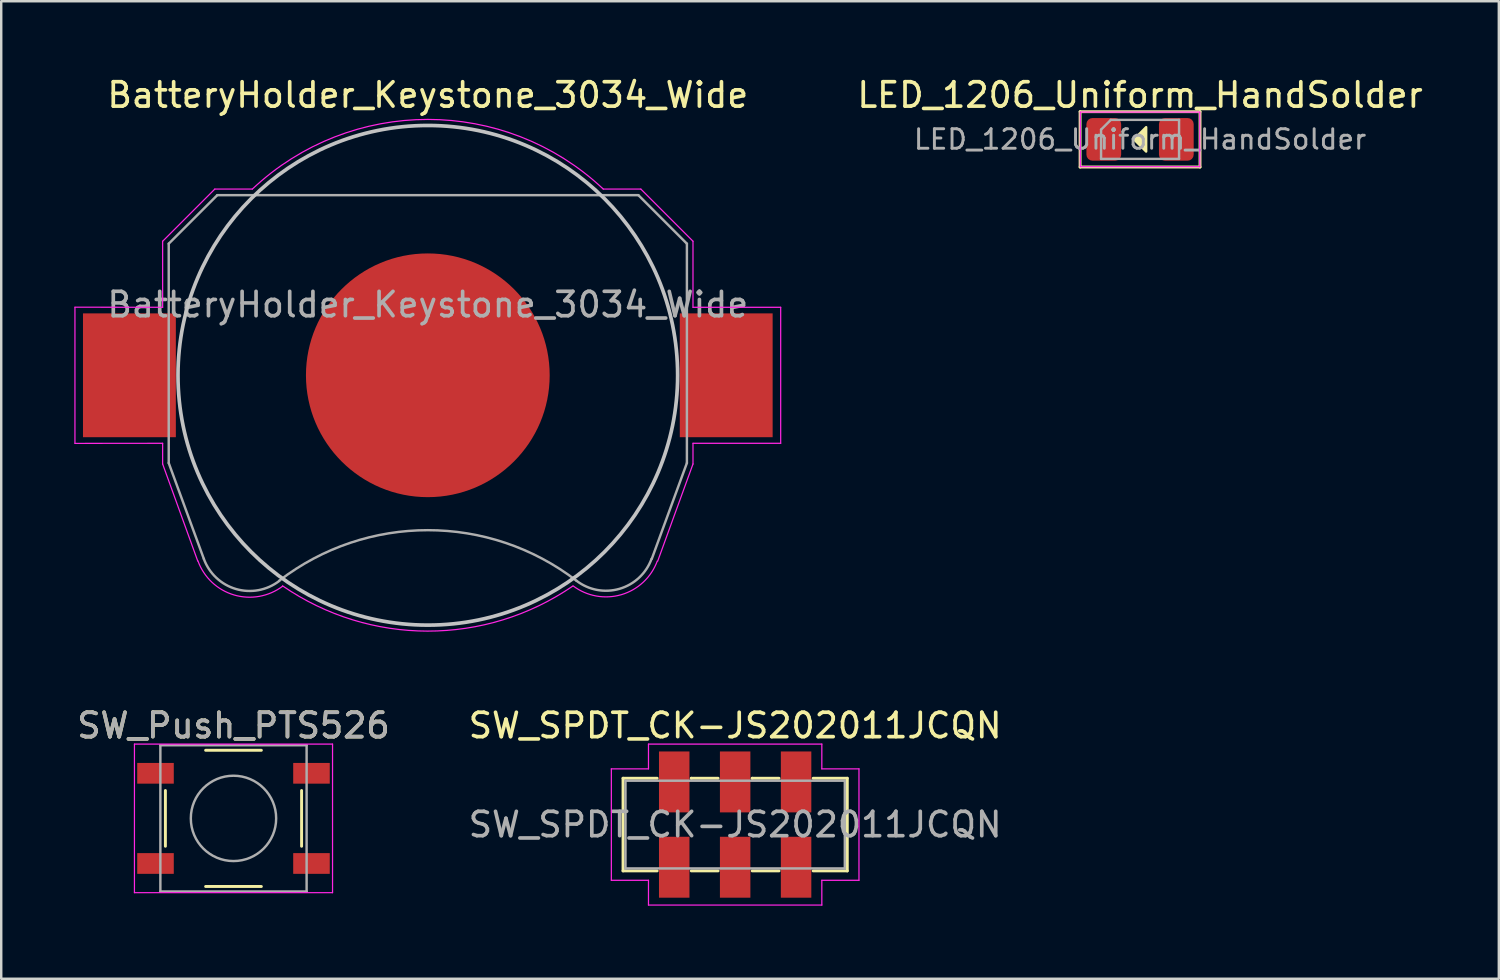
<source format=kicad_pcb>
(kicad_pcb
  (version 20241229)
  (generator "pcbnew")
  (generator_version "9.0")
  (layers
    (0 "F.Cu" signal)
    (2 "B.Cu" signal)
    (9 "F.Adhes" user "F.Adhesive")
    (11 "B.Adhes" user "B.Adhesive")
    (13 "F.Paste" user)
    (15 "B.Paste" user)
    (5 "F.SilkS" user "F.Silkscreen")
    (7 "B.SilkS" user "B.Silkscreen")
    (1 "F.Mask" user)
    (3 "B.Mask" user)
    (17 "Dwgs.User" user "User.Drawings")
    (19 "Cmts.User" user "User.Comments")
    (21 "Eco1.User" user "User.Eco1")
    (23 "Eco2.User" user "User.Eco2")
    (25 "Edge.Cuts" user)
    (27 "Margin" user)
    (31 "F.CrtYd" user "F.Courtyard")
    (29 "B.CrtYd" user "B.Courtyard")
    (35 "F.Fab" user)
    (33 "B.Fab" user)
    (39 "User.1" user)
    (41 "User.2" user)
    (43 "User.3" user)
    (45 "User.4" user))
  (footprint "LED_1206_Uniform_HandSolder"
    (layer "F.Cu")
    (at 43.726 2.668)
    (property "Reference" "LED_1206_Uniform_HandSolder" (at 0 -1.82 0) (layer "F.SilkS") (effects (font (size 1 1) (thickness 0.15))))
    (attr smd)
    (fp_line (start -2.46 -1.135) (end -2.46 1.135) (stroke (width 0.12) (type solid)) (layer "F.SilkS"))
    (fp_line (start -2.46 1.135) (end 2.46 1.135) (stroke (width 0.12) (type solid)) (layer "F.SilkS"))
    (fp_line (start 2.46 -1.135) (end -2.46 -1.135) (stroke (width 0.12) (type solid)) (layer "F.SilkS"))
    (fp_line (start 2.46 -1.135) (end 2.46 1.135) (stroke (width 0.12) (type solid)) (layer "F.SilkS"))
    (fp_poly (pts (xy -0.25 0) (xy 0.25 -0.5) (xy 0.25 0.5)) (stroke (width 0.1) (type solid)) (fill yes) (layer "F.SilkS"))
    (fp_line (start -2.45 -1.12) (end 2.45 -1.12) (stroke (width 0.05) (type solid)) (layer "F.CrtYd"))
    (fp_line (start -2.45 1.12) (end -2.45 -1.12) (stroke (width 0.05) (type solid)) (layer "F.CrtYd"))
    (fp_line (start 2.45 -1.12) (end 2.45 1.12) (stroke (width 0.05) (type solid)) (layer "F.CrtYd"))
    (fp_line (start 2.45 1.12) (end -2.45 1.12) (stroke (width 0.05) (type solid)) (layer "F.CrtYd"))
    (fp_line (start -1.6 -0.4) (end -1.6 0.8) (stroke (width 0.1) (type solid)) (layer "F.Fab"))
    (fp_line (start -1.6 0.8) (end 1.6 0.8) (stroke (width 0.1) (type solid)) (layer "F.Fab"))
    (fp_line (start -1.2 -0.8) (end -1.6 -0.4) (stroke (width 0.1) (type solid)) (layer "F.Fab"))
    (fp_line (start 1.6 -0.8) (end -1.2 -0.8) (stroke (width 0.1) (type solid)) (layer "F.Fab"))
    (fp_line (start 1.6 0.8) (end 1.6 -0.8) (stroke (width 0.1) (type solid)) (layer "F.Fab"))
    (fp_text user "${REFERENCE}" (at 0 0 0) (layer "F.Fab") (effects (font (size 0.8 0.8) (thickness 0.12))))
    (pad "1" smd roundrect (at -1.488 0) (size 1.425 1.75) (layers "F.Cu" "F.Mask" "F.Paste") (roundrect_rratio 0.175))
    (pad "2" smd roundrect (at 1.488 0) (size 1.425 1.75) (layers "F.Cu" "F.Mask" "F.Paste") (roundrect_rratio 0.175)))
  (footprint "BatteryHolder_Keystone_3034_Wide"
    (layer "F.Cu")
    (at 14.503 12.348)
    (property "Reference" "BatteryHolder_Keystone_3034_Wide" (at 0 -11.5 0) (layer "F.SilkS") (effects (font (size 1 1) (thickness 0.15))))
    (attr smd)
    (fp_circle (center 0 0) (end 0 10.25) (stroke (width 0.15) (type solid)) (fill no) (layer "Dwgs.User"))
    (fp_line (start -14.478 -2.79) (end -14.478 2.79) (stroke (width 0.05) (type solid)) (layer "F.CrtYd"))
    (fp_line (start -14.478 2.794) (end -10.88 2.79) (stroke (width 0.05) (type solid)) (layer "F.CrtYd"))
    (fp_line (start -10.88 -5.5) (end -10.88 -2.79) (stroke (width 0.05) (type solid)) (layer "F.CrtYd"))
    (fp_line (start -10.88 -2.79) (end -14.478 -2.794) (stroke (width 0.05) (type solid)) (layer "F.CrtYd"))
    (fp_line (start -10.88 2.79) (end -10.88 3.64) (stroke (width 0.05) (type solid)) (layer "F.CrtYd"))
    (fp_line (start -10.88 3.64) (end -9.44 7.62) (stroke (width 0.05) (type solid)) (layer "F.CrtYd"))
    (fp_line (start -8.74 -7.64) (end -10.88 -5.5) (stroke (width 0.05) (type solid)) (layer "F.CrtYd"))
    (fp_line (start -7.2 -7.64) (end -8.74 -7.64) (stroke (width 0.05) (type solid)) (layer "F.CrtYd"))
    (fp_line (start 8.74 -7.64) (end 7.2 -7.64) (stroke (width 0.05) (type solid)) (layer "F.CrtYd"))
    (fp_line (start 9.43 7.63) (end 10.88 3.64) (stroke (width 0.05) (type solid)) (layer "F.CrtYd"))
    (fp_line (start 10.88 -5.5) (end 8.74 -7.64) (stroke (width 0.05) (type solid)) (layer "F.CrtYd"))
    (fp_line (start 10.88 -2.79) (end 10.88 -5.5) (stroke (width 0.05) (type solid)) (layer "F.CrtYd"))
    (fp_line (start 10.88 2.79) (end 14.478 2.79) (stroke (width 0.05) (type solid)) (layer "F.CrtYd"))
    (fp_line (start 10.88 3.64) (end 10.88 2.79) (stroke (width 0.05) (type solid)) (layer "F.CrtYd"))
    (fp_line (start 14.478 -2.79) (end 10.88 -2.79) (stroke (width 0.05) (type solid)) (layer "F.CrtYd"))
    (fp_line (start 14.478 2.79) (end 14.478 -2.79) (stroke (width 0.05) (type solid)) (layer "F.CrtYd"))
    (fp_arc (start -7.199546 -7.640427) (mid 0.000312 -10.498075) (end 7.2 -7.64) (stroke (width 0.05) (type solid)) (layer "F.CrtYd"))
    (fp_arc (start -5.956965 8.654604) (mid -7.953941 9.011629) (end -9.43 7.62) (stroke (width 0.05) (type solid)) (layer "F.CrtYd"))
    (fp_arc (start 5.945368 8.650075) (mid -0.008883 10.496243) (end -5.96 8.64) (stroke (width 0.05) (type solid)) (layer "F.CrtYd"))
    (fp_arc (start 9.415144 7.621341) (mid 7.944017 9.000493) (end 5.96 8.64) (stroke (width 0.05) (type solid)) (layer "F.CrtYd"))
    (fp_line (start -10.63 -5.4) (end -8.64 -7.39) (stroke (width 0.1) (type solid)) (layer "F.Fab"))
    (fp_line (start -10.63 3.6) (end -10.63 -5.4) (stroke (width 0.1) (type solid)) (layer "F.Fab"))
    (fp_line (start -9.19 7.53) (end -10.63 3.6) (stroke (width 0.1) (type solid)) (layer "F.Fab"))
    (fp_line (start -8.64 -7.39) (end 8.64 -7.39) (stroke (width 0.1) (type solid)) (layer "F.Fab"))
    (fp_line (start 8.64 -7.39) (end 10.63 -5.4) (stroke (width 0.1) (type solid)) (layer "F.Fab"))
    (fp_line (start 10.63 -5.4) (end 10.63 3.6) (stroke (width 0.1) (type solid)) (layer "F.Fab"))
    (fp_line (start 10.63 3.6) (end 9.19 7.53) (stroke (width 0.1) (type solid)) (layer "F.Fab"))
    (fp_arc (start -6.096146 8.438508) (mid -7.87328 8.768206) (end -9.19 7.53) (stroke (width 0.1) (type solid)) (layer "F.Fab"))
    (fp_arc (start -6.094852 8.426043) (mid 0.003247 6.355257) (end 6.1 8.43) (stroke (width 0.1) (type solid)) (layer "F.Fab"))
    (fp_arc (start 9.180727 7.528882) (mid 7.868698 8.760067) (end 6.1 8.43) (stroke (width 0.1) (type solid)) (layer "F.Fab"))
    (fp_text user "${REFERENCE}" (at 0 -2.9 0) (layer "F.Fab") (effects (font (size 1 1) (thickness 0.15))))
    (pad "1" smd rect (at -12.243 0) (size 3.81 5.08) (layers "F.Cu" "F.Mask" "F.Paste"))
    (pad "1" smd rect (at 12.243 0) (size 3.81 5.08) (layers "F.Cu" "F.Mask" "F.Paste"))
    (pad "2" smd circle (at 0 0) (size 10 10) (layers "F.Cu" "F.Mask" "F.Paste")))
  (footprint "SW_Push_PTS526"
    (layer "F.Cu")
    (at 6.53 30.528)
    (property "Reference" "SW_Push_PTS526" (at 0 -3.81 0) (layer "F.SilkS") (effects (font (size 1 1) (thickness 0.15))))
    (attr smd)
    (fp_line (start -2.794 -1.143) (end -2.794 1.143) (stroke (width 0.12) (type solid)) (layer "F.SilkS"))
    (fp_line (start -1.143 -2.794) (end 1.143 -2.794) (stroke (width 0.12) (type solid)) (layer "F.SilkS"))
    (fp_line (start -1.143 2.794) (end 1.143 2.794) (stroke (width 0.12) (type solid)) (layer "F.SilkS"))
    (fp_line (start 2.794 -1.143) (end 2.794 1.143) (stroke (width 0.12) (type solid)) (layer "F.SilkS"))
    (fp_line (start -4.064 -3.048) (end -4.064 3.048) (stroke (width 0.05) (type solid)) (layer "F.CrtYd"))
    (fp_line (start -4.064 -3.048) (end 4.064 -3.048) (stroke (width 0.05) (type solid)) (layer "F.CrtYd"))
    (fp_line (start -4.064 3.048) (end 4.064 3.048) (stroke (width 0.05) (type solid)) (layer "F.CrtYd"))
    (fp_line (start 4.064 3.048) (end 4.064 -3.048) (stroke (width 0.05) (type solid)) (layer "F.CrtYd"))
    (fp_line (start -3 -3) (end -3 3) (stroke (width 0.1) (type solid)) (layer "F.Fab"))
    (fp_line (start -3 3) (end 3 3) (stroke (width 0.1) (type solid)) (layer "F.Fab"))
    (fp_line (start 3 -3) (end -3 -3) (stroke (width 0.1) (type solid)) (layer "F.Fab"))
    (fp_line (start 3 3) (end 3 -3) (stroke (width 0.1) (type solid)) (layer "F.Fab"))
    (fp_circle (center 0 0) (end 1.75 -0.05) (stroke (width 0.1) (type solid)) (fill no) (layer "F.Fab"))
    (fp_text user "${REFERENCE}" (at 0 -3.81 0) (layer "F.Fab") (effects (font (size 1 1) (thickness 0.15))))
    (pad "1" smd rect (at -3.2 -1.85) (size 1.5 0.85) (layers "F.Cu" "F.Mask" "F.Paste"))
    (pad "1" smd rect (at 3.2 -1.85) (size 1.5 0.85) (layers "F.Cu" "F.Mask" "F.Paste"))
    (pad "2" smd rect (at -3.2 1.85) (size 1.5 0.85) (layers "F.Cu" "F.Mask" "F.Paste"))
    (pad "2" smd rect (at 3.2 1.85) (size 1.5 0.85) (layers "F.Cu" "F.Mask" "F.Paste")))
  (footprint "SW_SPDT_CK-JS202011JCQN"
    (layer "F.Cu")
    (at 27.113 30.782)
    (property "Reference" "SW_SPDT_CK-JS202011JCQN" (at 0 -4.064 0) (layer "F.SilkS") (effects (font (size 1 1) (thickness 0.15))))
    (attr smd)
    (fp_line (start -4.6 -1.9) (end -3.2 -1.9) (stroke (width 0.12) (type solid)) (layer "F.SilkS"))
    (fp_line (start -4.6 1.9) (end -4.6 -1.9) (stroke (width 0.12) (type solid)) (layer "F.SilkS"))
    (fp_line (start -4.6 1.9) (end -3.2 1.9) (stroke (width 0.12) (type solid)) (layer "F.SilkS"))
    (fp_line (start -1.8 -1.9) (end -1.8 -1.9) (stroke (width 0.12) (type solid)) (layer "F.SilkS"))
    (fp_line (start -0.7 -1.9) (end -1.8 -1.9) (stroke (width 0.12) (type solid)) (layer "F.SilkS"))
    (fp_line (start -0.7 1.9) (end -1.8 1.9) (stroke (width 0.12) (type solid)) (layer "F.SilkS"))
    (fp_line (start 0.7 -1.9) (end 0.7 -1.9) (stroke (width 0.12) (type solid)) (layer "F.SilkS"))
    (fp_line (start 1.8 -1.9) (end 0.7 -1.9) (stroke (width 0.12) (type solid)) (layer "F.SilkS"))
    (fp_line (start 1.8 1.9) (end 0.7 1.9) (stroke (width 0.12) (type solid)) (layer "F.SilkS"))
    (fp_line (start 3.2 -1.9) (end 4.6 -1.9) (stroke (width 0.12) (type solid)) (layer "F.SilkS"))
    (fp_line (start 3.2 1.9) (end 4.6 1.9) (stroke (width 0.12) (type solid)) (layer "F.SilkS"))
    (fp_line (start 4.6 -1.9) (end 4.6 1.9) (stroke (width 0.12) (type solid)) (layer "F.SilkS"))
    (fp_line (start -5.08 -2.286) (end -3.556 -2.286) (stroke (width 0.051) (type solid)) (layer "F.CrtYd"))
    (fp_line (start -5.08 2.286) (end -5.08 -2.286) (stroke (width 0.051) (type solid)) (layer "F.CrtYd"))
    (fp_line (start -3.556 -3.302) (end 3.556 -3.302) (stroke (width 0.051) (type solid)) (layer "F.CrtYd"))
    (fp_line (start -3.556 -2.286) (end -3.556 -3.302) (stroke (width 0.051) (type solid)) (layer "F.CrtYd"))
    (fp_line (start -3.556 2.286) (end -5.08 2.286) (stroke (width 0.051) (type solid)) (layer "F.CrtYd"))
    (fp_line (start -3.556 3.302) (end -3.556 2.286) (stroke (width 0.051) (type solid)) (layer "F.CrtYd"))
    (fp_line (start 3.556 -3.302) (end 3.556 -2.286) (stroke (width 0.051) (type solid)) (layer "F.CrtYd"))
    (fp_line (start 3.556 -2.286) (end 5.08 -2.286) (stroke (width 0.051) (type solid)) (layer "F.CrtYd"))
    (fp_line (start 3.556 2.286) (end 3.556 3.302) (stroke (width 0.051) (type solid)) (layer "F.CrtYd"))
    (fp_line (start 3.556 3.302) (end -3.556 3.302) (stroke (width 0.051) (type solid)) (layer "F.CrtYd"))
    (fp_line (start 5.08 -2.286) (end 5.08 2.286) (stroke (width 0.051) (type solid)) (layer "F.CrtYd"))
    (fp_line (start 5.08 2.286) (end 3.556 2.286) (stroke (width 0.051) (type solid)) (layer "F.CrtYd"))
    (fp_line (start -4.5 -1.8) (end -4.5 1.8) (stroke (width 0.1) (type solid)) (layer "F.Fab"))
    (fp_line (start -4.5 -1.8) (end 4.5 -1.8) (stroke (width 0.1) (type solid)) (layer "F.Fab"))
    (fp_line (start -4.5 1.8) (end 4.5 1.8) (stroke (width 0.1) (type solid)) (layer "F.Fab"))
    (fp_line (start 4.5 -1.8) (end 4.5 1.8) (stroke (width 0.1) (type solid)) (layer "F.Fab"))
    (fp_text user "${REFERENCE}" (at 0 0 0) (layer "F.Fab") (effects (font (size 1 1) (thickness 0.15))))
    (pad "1" smd rect (at -2.5 -1.75) (size 1.25 2.5) (layers "F.Cu" "F.Mask" "F.Paste"))
    (pad "2" smd rect (at 0 -1.75) (size 1.25 2.5) (layers "F.Cu" "F.Mask" "F.Paste"))
    (pad "3" smd rect (at 2.5 -1.75) (size 1.25 2.5) (layers "F.Cu" "F.Mask" "F.Paste"))
    (pad "4" smd rect (at -2.5 1.75) (size 1.25 2.5) (layers "F.Cu" "F.Mask" "F.Paste"))
    (pad "5" smd rect (at 0 1.75) (size 1.25 2.5) (layers "F.Cu" "F.Mask" "F.Paste"))
    (pad "6" smd rect (at 2.5 1.75) (size 1.25 2.5) (layers "F.Cu" "F.Mask" "F.Paste")))
  (gr_rect
    (start -3 -3)
    (end 58.446 37.109)
    (stroke (width 0.1) (type default))
    (fill no)
    (layer "Edge.Cuts")))
</source>
